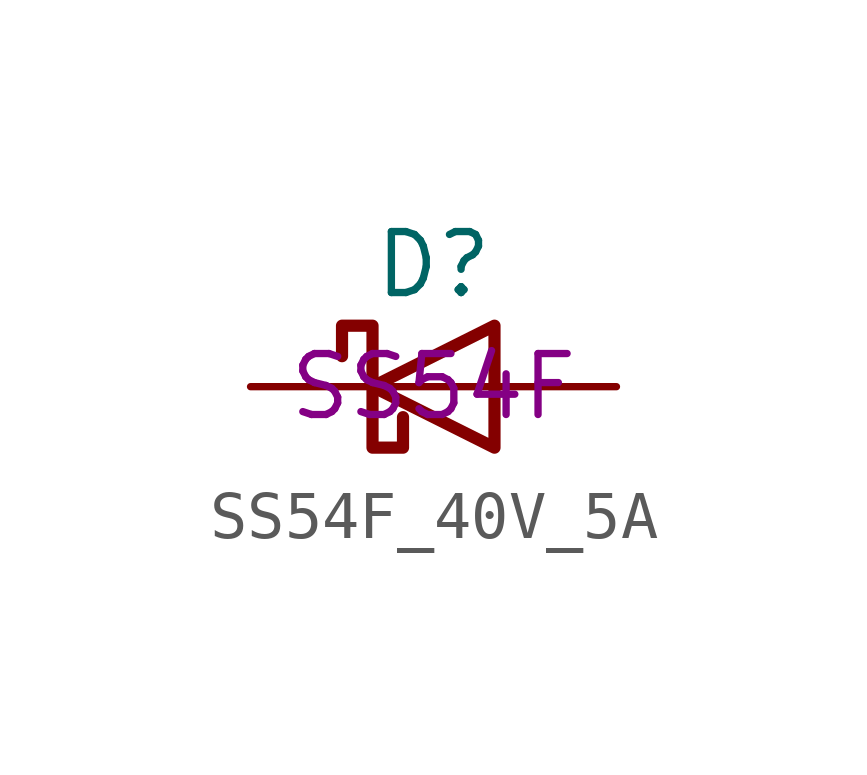
<source format=kicad_sym>
(kicad_symbol_lib
  (version 20211014)
  (generator kicad_symbol_editor)
  (symbol "SS54F_40V_5A"
    (pin_numbers hide)
    (pin_names
      (offset 1.016) hide)
    (property "Reference" "D"
      (at 0 2.54 0)
      (effects (font (size 1.27 1.27))))
    (property "Symbol" "SS54F"
      (at 0 0 0)
      (effects (font (size 1.27 1.27))))
    (symbol "SS54F_40V_5A_0_1"
      (polyline (pts (xy 1.27 0) (xy -1.27 0)) (stroke (width 0) (type default) (color 0 0 0 0)) (fill (type none)))
      (polyline (pts (xy 1.27 1.27) (xy 1.27 -1.27) (xy -1.27 0) (xy 1.27 1.27)) (stroke (width 0.254) (type default) (color 0 0 0 0)) (fill (type none)))
      (polyline (pts (xy -1.905 0.635) (xy -1.905 1.27) (xy -1.27 1.27) (xy -1.27 -1.27) (xy -0.635 -1.27) (xy -0.635 -0.635)) (stroke (width 0.254) (type default) (color 0 0 0 0)) (fill (type none))))
    (symbol "SS54F_40V_5A_1_1"
      (pin passive line (at -3.81 0 0) (length 2.54) (name "K" (effects (font (size 1.27 1.27)))) (number "1" (effects (font (size 1.27 1.27)))))
      (pin passive line (at 3.81 0 180) (length 2.54) (name "A" (effects (font (size 1.27 1.27)))) (number "2" (effects (font (size 1.27 1.27))))))))
</source>
